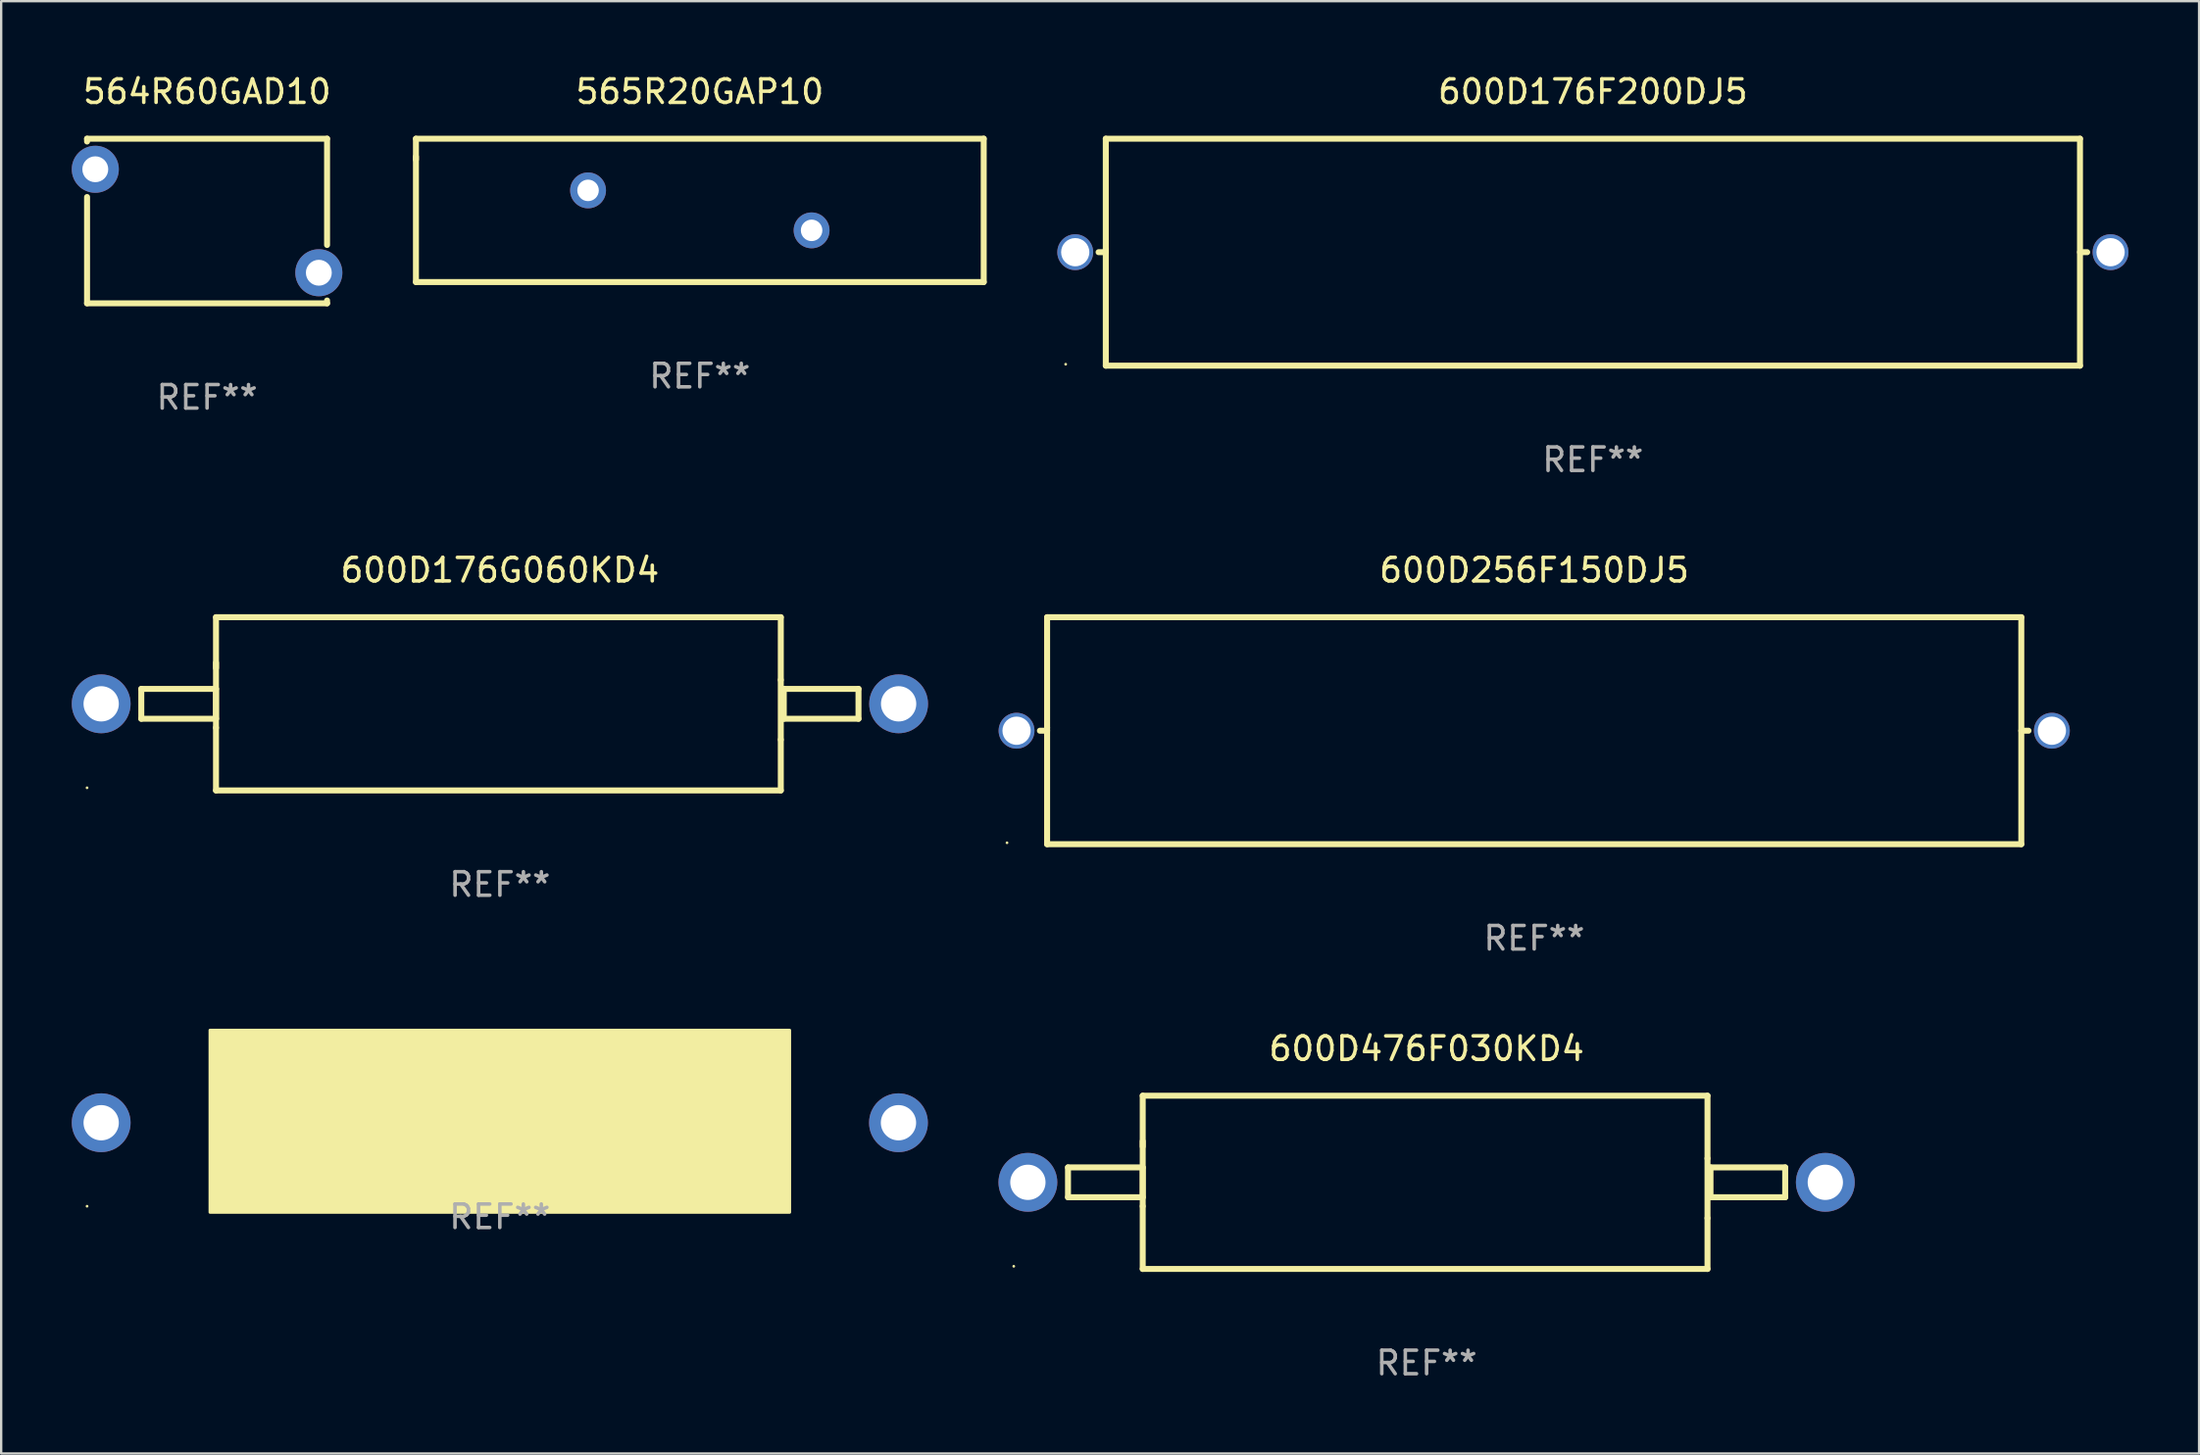
<source format=kicad_pcb>
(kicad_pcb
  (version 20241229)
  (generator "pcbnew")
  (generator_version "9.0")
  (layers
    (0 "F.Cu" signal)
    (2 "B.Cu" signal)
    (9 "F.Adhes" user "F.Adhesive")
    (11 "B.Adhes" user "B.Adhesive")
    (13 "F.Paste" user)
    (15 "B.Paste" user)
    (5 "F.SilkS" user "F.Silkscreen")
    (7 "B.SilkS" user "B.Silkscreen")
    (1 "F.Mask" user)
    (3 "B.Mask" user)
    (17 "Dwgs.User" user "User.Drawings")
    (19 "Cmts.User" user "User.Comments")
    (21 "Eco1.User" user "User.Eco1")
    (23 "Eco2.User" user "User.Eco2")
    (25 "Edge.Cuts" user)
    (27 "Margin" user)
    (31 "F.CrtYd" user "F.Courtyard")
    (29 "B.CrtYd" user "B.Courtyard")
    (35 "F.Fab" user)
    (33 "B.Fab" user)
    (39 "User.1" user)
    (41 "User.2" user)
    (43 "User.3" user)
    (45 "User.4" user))
  (footprint "600D176G060KD4"
    (layer "F.Cu")
    (at 18.195 26.88)
    (property "Reference" "600D176G060KD4" (at 0 -5.683 0) (layer "F.SilkS") (effects (font (size 1 1) (thickness 0.15))))
    (attr through_hole)
    (fp_line (start -15.24 -0.635) (end -15.24 0.635) (stroke (width 0.254) (type solid)) (layer "F.SilkS"))
    (fp_line (start -15.24 0.635) (end -12.065 0.635) (stroke (width 0.254) (type solid)) (layer "F.SilkS"))
    (fp_line (start -12.065 -3.683) (end 11.938 -3.683) (stroke (width 0.254) (type solid)) (layer "F.SilkS"))
    (fp_line (start -12.065 -1.747) (end -12.065 1.016) (stroke (width 0.254) (type solid)) (layer "F.SilkS"))
    (fp_line (start -12.065 -1.524) (end -12.065 -3.683) (stroke (width 0.254) (type solid)) (layer "F.SilkS"))
    (fp_line (start -12.065 -0.635) (end -15.24 -0.635) (stroke (width 0.254) (type solid)) (layer "F.SilkS"))
    (fp_line (start -12.065 0.635) (end -12.065 -0.635) (stroke (width 0.254) (type solid)) (layer "F.SilkS"))
    (fp_line (start -12.065 3.683) (end -12.065 1.016) (stroke (width 0.254) (type solid)) (layer "F.SilkS"))
    (fp_line (start 11.938 -3.683) (end 11.938 -1.016) (stroke (width 0.254) (type solid)) (layer "F.SilkS"))
    (fp_line (start 11.938 -1.016) (end 11.938 1.524) (stroke (width 0.254) (type solid)) (layer "F.SilkS"))
    (fp_line (start 11.938 1.524) (end 11.938 3.683) (stroke (width 0.254) (type solid)) (layer "F.SilkS"))
    (fp_line (start 11.938 3.683) (end -12.065 3.683) (stroke (width 0.254) (type solid)) (layer "F.SilkS"))
    (fp_line (start 12.065 -0.635) (end 12.065 0.635) (stroke (width 0.254) (type solid)) (layer "F.SilkS"))
    (fp_line (start 12.065 0.635) (end 15.24 0.635) (stroke (width 0.254) (type solid)) (layer "F.SilkS"))
    (fp_line (start 15.24 -0.635) (end 12.065 -0.635) (stroke (width 0.254) (type solid)) (layer "F.SilkS"))
    (fp_line (start 15.24 0.635) (end 15.24 -0.635) (stroke (width 0.254) (type solid)) (layer "F.SilkS"))
    (fp_circle (center -17.545 3.57) (end -17.515 3.57) (stroke (width 0.06) (type solid)) (fill no) (layer "F.SilkS"))
    (fp_text user "REF**" (at 0 7.683 0) (layer "F.Fab") (effects (font (size 1 1) (thickness 0.15))))
    (pad "1" thru_hole circle (at -16.945 0) (size 2.5 2.5) (drill 1.5) (layers "*.Cu" "*.Mask"))
    (pad "2" thru_hole circle (at 16.945 0) (size 2.5 2.5) (drill 1.5) (layers "*.Cu" "*.Mask")))
  (footprint "600D306G040KD4"
    (layer "F.Cu")
    (at 18.192 44.694)
    (property "Reference" "600D306G040KD4" (at 0 -2 0) (layer "F.SilkS") (effects (font (size 1 1) (thickness 0.15))))
    (attr through_hole)
    (fp_circle (center -17.542 3.55) (end -17.512 3.55) (stroke (width 0.06) (type solid)) (fill no) (layer "F.SilkS"))
    (fp_poly (pts (xy -12.319 -3.937) (xy 12.319 -3.937) (xy 12.319 3.81) (xy -12.319 3.81)) (stroke (width 0.12) (type solid)) (fill yes) (layer "F.SilkS"))
    (fp_text user "REF**" (at 0 4 0) (layer "F.Fab") (effects (font (size 1 1) (thickness 0.15))))
    (pad "1" thru_hole circle (at -16.942 0) (size 2.5 2.5) (drill 1.5) (layers "*.Cu" "*.Mask"))
    (pad "2" thru_hole circle (at 16.942 0) (size 2.5 2.5) (drill 1.5) (layers "*.Cu" "*.Mask")))
  (footprint "600D256F150DJ5"
    (layer "F.Cu")
    (at 62.152 28.023)
    (property "Reference" "600D256F150DJ5" (at 0 -6.826 0) (layer "F.SilkS") (effects (font (size 1 1) (thickness 0.15))))
    (attr through_hole)
    (fp_line (start -21.007 0) (end -20.701 0) (stroke (width 0.254) (type solid)) (layer "F.SilkS"))
    (fp_line (start -20.701 -4.826) (end -20.701 -0.127) (stroke (width 0.254) (type solid)) (layer "F.SilkS"))
    (fp_line (start -20.701 -0.127) (end -20.701 4.826) (stroke (width 0.254) (type solid)) (layer "F.SilkS"))
    (fp_line (start -20.701 4.826) (end 20.701 4.826) (stroke (width 0.254) (type solid)) (layer "F.SilkS"))
    (fp_line (start 20.701 -4.826) (end -20.701 -4.826) (stroke (width 0.254) (type solid)) (layer "F.SilkS"))
    (fp_line (start 20.701 4.826) (end 20.701 -4.826) (stroke (width 0.254) (type solid)) (layer "F.SilkS"))
    (fp_line (start 21.007 0) (end 20.701 0) (stroke (width 0.254) (type solid)) (layer "F.SilkS"))
    (fp_circle (center -22.406 4.765) (end -22.376 4.765) (stroke (width 0.06) (type solid)) (fill no) (layer "F.SilkS"))
    (fp_text user "REF**" (at 0 8.826 0) (layer "F.Fab") (effects (font (size 1 1) (thickness 0.15))))
    (pad "1" thru_hole circle (at -22 0) (size 1.524 1.524) (drill 1.2) (layers "*.Cu" "*.Mask"))
    (pad "2" thru_hole circle (at 22 0) (size 1.524 1.524) (drill 1.2) (layers "*.Cu" "*.Mask")))
  (footprint "564R60GAD10"
    (layer "F.Cu")
    (at 5.75 6.348)
    (property "Reference" "564R60GAD10" (at 0 -5.5 0) (layer "F.SilkS") (effects (font (size 1 1) (thickness 0.15))))
    (attr through_hole)
    (fp_line (start -5.1 -3.5) (end 5.1 -3.5) (stroke (width 0.254) (type solid)) (layer "F.SilkS"))
    (fp_line (start -5.1 -3.38) (end -5.1 -3.5) (stroke (width 0.254) (type solid)) (layer "F.SilkS"))
    (fp_line (start -5.1 3.5) (end -5.1 -1.02) (stroke (width 0.254) (type solid)) (layer "F.SilkS"))
    (fp_line (start 5.1 -3.5) (end 5.1 1.02) (stroke (width 0.254) (type solid)) (layer "F.SilkS"))
    (fp_line (start 5.1 3.38) (end 5.1 3.5) (stroke (width 0.254) (type solid)) (layer "F.SilkS"))
    (fp_line (start 5.1 3.5) (end -5.1 3.5) (stroke (width 0.254) (type solid)) (layer "F.SilkS"))
    (fp_circle (center -5.155 3.45) (end -5.125 3.45) (stroke (width 0.06) (type solid)) (fill no) (layer "F.SilkS"))
    (fp_text user "REF**" (at 0 7.5 0) (layer "F.Fab") (effects (font (size 1 1) (thickness 0.15))))
    (pad "1" thru_hole circle (at -4.75 -2.2) (size 2 2) (drill 1.1) (layers "*.Cu" "*.Mask"))
    (pad "2" thru_hole circle (at 4.75 2.2) (size 2 2) (drill 1.1) (layers "*.Cu" "*.Mask")))
  (footprint "565R20GAP10"
    (layer "F.Cu")
    (at 26.692 5.896)
    (property "Reference" "565R20GAP10" (at 0 -5.048 0) (layer "F.SilkS") (effects (font (size 1 1) (thickness 0.15))))
    (attr through_hole)
    (fp_line (start -12.065 -3.048) (end -12.065 -2.159) (stroke (width 0.254) (type solid)) (layer "F.SilkS"))
    (fp_line (start -12.065 -2.286) (end -12.065 3.048) (stroke (width 0.254) (type solid)) (layer "F.SilkS"))
    (fp_line (start -12.065 3.048) (end 12.065 3.048) (stroke (width 0.254) (type solid)) (layer "F.SilkS"))
    (fp_line (start 12.065 -3.048) (end -12.065 -3.048) (stroke (width 0.254) (type solid)) (layer "F.SilkS"))
    (fp_line (start 12.065 3.048) (end 12.065 -3.048) (stroke (width 0.254) (type solid)) (layer "F.SilkS"))
    (fp_circle (center -12.05 3.05) (end -12.02 3.05) (stroke (width 0.06) (type solid)) (fill no) (layer "F.SilkS"))
    (fp_text user "REF**" (at 0 7.048 0) (layer "F.Fab") (effects (font (size 1 1) (thickness 0.15))))
    (pad "1" thru_hole circle (at -4.75 -0.85) (size 1.524 1.524) (drill 0.914) (layers "*.Cu" "*.Mask"))
    (pad "2" thru_hole circle (at 4.75 0.85) (size 1.524 1.524) (drill 0.914) (layers "*.Cu" "*.Mask")))
  (footprint "600D176F200DJ5"
    (layer "F.Cu")
    (at 64.646 7.674)
    (property "Reference" "600D176F200DJ5" (at 0 -6.826 0) (layer "F.SilkS") (effects (font (size 1 1) (thickness 0.15))))
    (attr through_hole)
    (fp_line (start -21.007 0) (end -20.701 0) (stroke (width 0.254) (type solid)) (layer "F.SilkS"))
    (fp_line (start -20.701 -4.826) (end -20.701 -0.127) (stroke (width 0.254) (type solid)) (layer "F.SilkS"))
    (fp_line (start -20.701 -0.127) (end -20.701 4.826) (stroke (width 0.254) (type solid)) (layer "F.SilkS"))
    (fp_line (start -20.701 4.826) (end 20.701 4.826) (stroke (width 0.254) (type solid)) (layer "F.SilkS"))
    (fp_line (start 20.701 -4.826) (end -20.701 -4.826) (stroke (width 0.254) (type solid)) (layer "F.SilkS"))
    (fp_line (start 20.701 4.826) (end 20.701 -4.826) (stroke (width 0.254) (type solid)) (layer "F.SilkS"))
    (fp_line (start 21.007 0) (end 20.701 0) (stroke (width 0.254) (type solid)) (layer "F.SilkS"))
    (fp_circle (center -22.406 4.765) (end -22.376 4.765) (stroke (width 0.06) (type solid)) (fill no) (layer "F.SilkS"))
    (fp_text user "REF**" (at 0 8.826 0) (layer "F.Fab") (effects (font (size 1 1) (thickness 0.15))))
    (pad "1" thru_hole circle (at -22 0) (size 1.524 1.524) (drill 1.2) (layers "*.Cu" "*.Mask"))
    (pad "2" thru_hole circle (at 22 0) (size 1.524 1.524) (drill 1.2) (layers "*.Cu" "*.Mask")))
  (footprint "600D476F030KD4"
    (layer "F.Cu")
    (at 57.579 47.228)
    (property "Reference" "600D476F030KD4" (at 0 -5.683 0) (layer "F.SilkS") (effects (font (size 1 1) (thickness 0.15))))
    (attr through_hole)
    (fp_line (start -15.24 -0.635) (end -15.24 0.635) (stroke (width 0.254) (type solid)) (layer "F.SilkS"))
    (fp_line (start -15.24 0.635) (end -12.065 0.635) (stroke (width 0.254) (type solid)) (layer "F.SilkS"))
    (fp_line (start -12.065 -3.683) (end 11.938 -3.683) (stroke (width 0.254) (type solid)) (layer "F.SilkS"))
    (fp_line (start -12.065 -1.747) (end -12.065 1.016) (stroke (width 0.254) (type solid)) (layer "F.SilkS"))
    (fp_line (start -12.065 -1.524) (end -12.065 -3.683) (stroke (width 0.254) (type solid)) (layer "F.SilkS"))
    (fp_line (start -12.065 -0.635) (end -15.24 -0.635) (stroke (width 0.254) (type solid)) (layer "F.SilkS"))
    (fp_line (start -12.065 0.635) (end -12.065 -0.635) (stroke (width 0.254) (type solid)) (layer "F.SilkS"))
    (fp_line (start -12.065 3.683) (end -12.065 1.016) (stroke (width 0.254) (type solid)) (layer "F.SilkS"))
    (fp_line (start 11.938 -3.683) (end 11.938 -1.016) (stroke (width 0.254) (type solid)) (layer "F.SilkS"))
    (fp_line (start 11.938 -1.016) (end 11.938 1.524) (stroke (width 0.254) (type solid)) (layer "F.SilkS"))
    (fp_line (start 11.938 1.524) (end 11.938 3.683) (stroke (width 0.254) (type solid)) (layer "F.SilkS"))
    (fp_line (start 11.938 3.683) (end -12.065 3.683) (stroke (width 0.254) (type solid)) (layer "F.SilkS"))
    (fp_line (start 12.065 -0.635) (end 12.065 0.635) (stroke (width 0.254) (type solid)) (layer "F.SilkS"))
    (fp_line (start 12.065 0.635) (end 15.24 0.635) (stroke (width 0.254) (type solid)) (layer "F.SilkS"))
    (fp_line (start 15.24 -0.635) (end 12.065 -0.635) (stroke (width 0.254) (type solid)) (layer "F.SilkS"))
    (fp_line (start 15.24 0.635) (end 15.24 -0.635) (stroke (width 0.254) (type solid)) (layer "F.SilkS"))
    (fp_circle (center -17.545 3.57) (end -17.515 3.57) (stroke (width 0.06) (type solid)) (fill no) (layer "F.SilkS"))
    (fp_text user "REF**" (at 0 7.683 0) (layer "F.Fab") (effects (font (size 1 1) (thickness 0.15))))
    (pad "1" thru_hole circle (at -16.945 0) (size 2.5 2.5) (drill 1.5) (layers "*.Cu" "*.Mask"))
    (pad "2" thru_hole circle (at 16.945 0) (size 2.5 2.5) (drill 1.5) (layers "*.Cu" "*.Mask")))
  (gr_rect
    (start -3 -3)
    (end 90.408 58.76)
    (stroke (width 0.1) (type default))
    (fill no)
    (layer "Edge.Cuts")))
</source>
